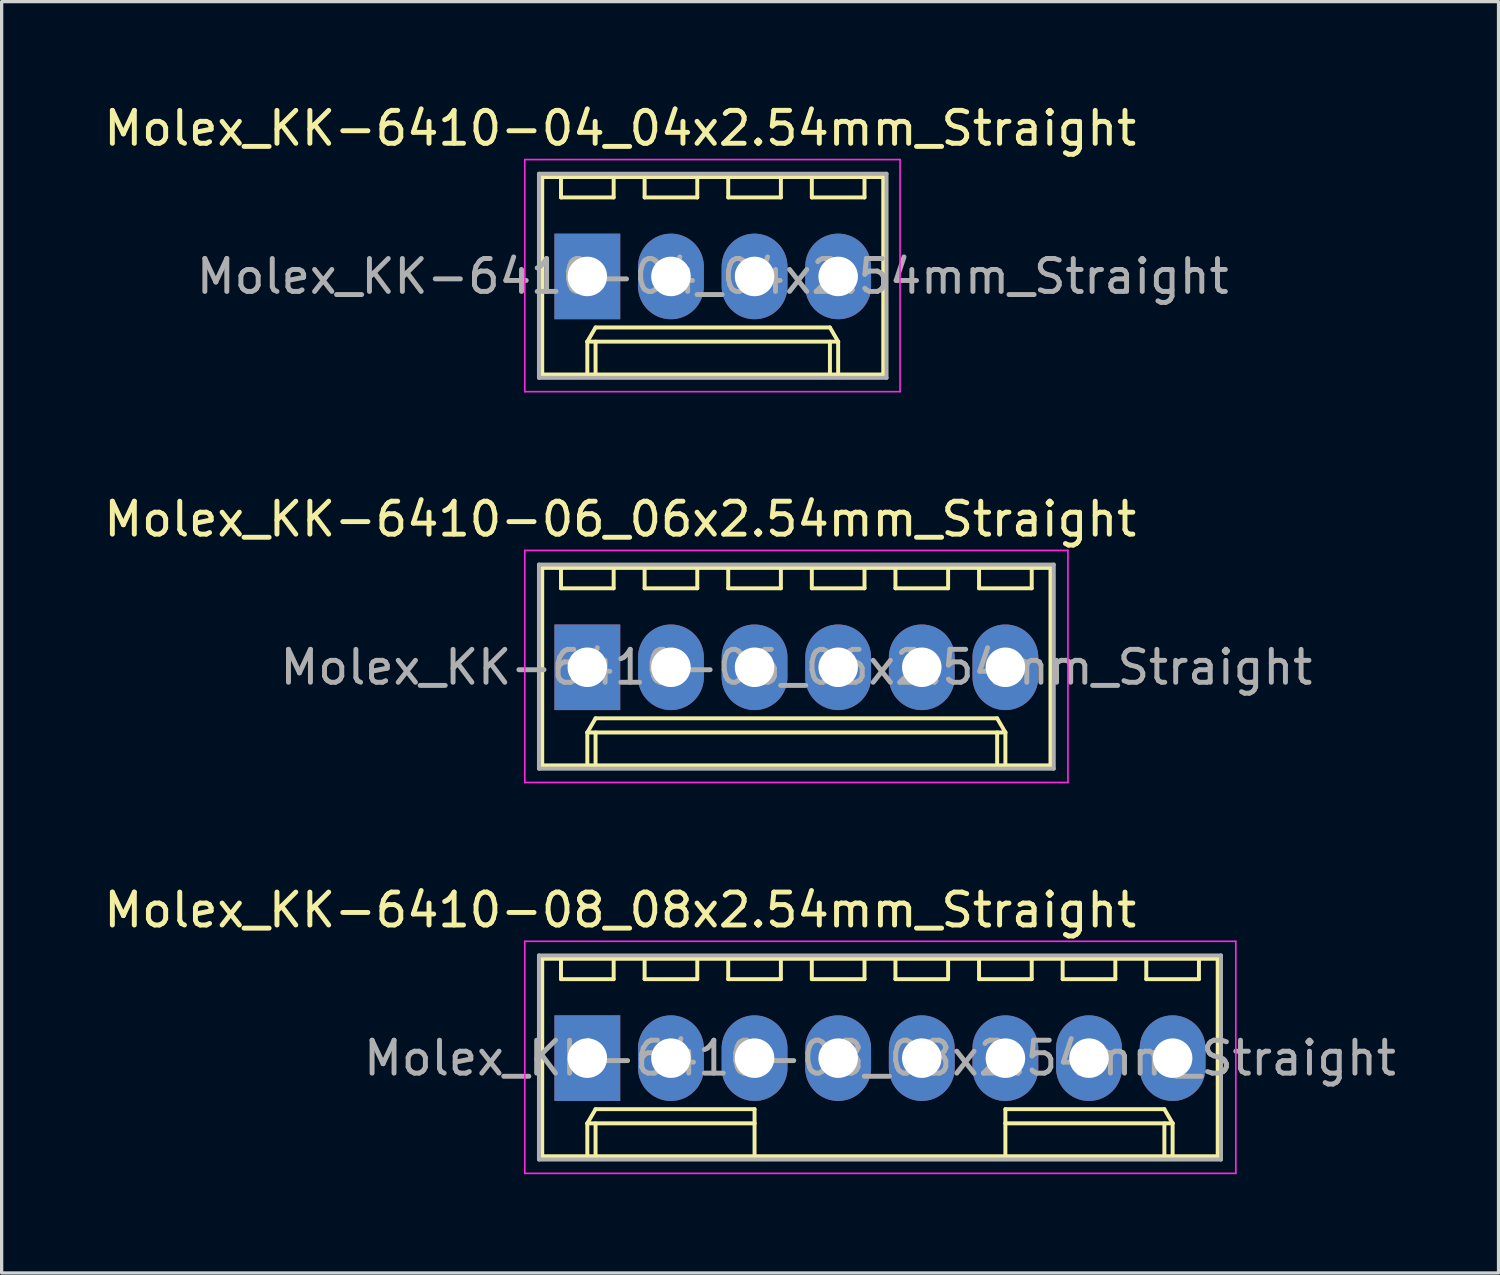
<source format=kicad_pcb>
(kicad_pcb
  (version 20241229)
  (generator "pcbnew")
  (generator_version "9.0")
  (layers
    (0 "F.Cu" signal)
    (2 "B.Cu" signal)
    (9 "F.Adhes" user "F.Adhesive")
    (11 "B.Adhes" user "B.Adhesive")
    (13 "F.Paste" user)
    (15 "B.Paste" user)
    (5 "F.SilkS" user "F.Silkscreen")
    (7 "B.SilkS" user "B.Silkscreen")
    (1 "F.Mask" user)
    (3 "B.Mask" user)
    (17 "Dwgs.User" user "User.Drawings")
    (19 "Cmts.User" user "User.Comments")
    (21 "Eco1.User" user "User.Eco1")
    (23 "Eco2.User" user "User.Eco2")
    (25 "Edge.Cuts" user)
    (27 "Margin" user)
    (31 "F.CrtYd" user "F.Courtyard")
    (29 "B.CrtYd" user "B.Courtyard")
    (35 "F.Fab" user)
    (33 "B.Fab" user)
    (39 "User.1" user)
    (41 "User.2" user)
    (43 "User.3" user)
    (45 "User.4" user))
  (footprint "Molex_KK-6410-06_06x2.54mm_Straight"
    (layer "F.Cu")
    (at 14.792 17.221)
    (property "Reference" "Molex_KK-6410-06_06x2.54mm_Straight" (at 1 -4.5 0) (layer "F.SilkS") (effects (font (size 1 1) (thickness 0.15))))
    (attr through_hole)
    (fp_line (start -1.37 -3.02) (end -1.37 2.98) (stroke (width 0.12) (type solid)) (layer "F.SilkS"))
    (fp_line (start -1.37 2.98) (end 14.07 2.98) (stroke (width 0.12) (type solid)) (layer "F.SilkS"))
    (fp_line (start -0.8 -3.02) (end -0.8 -2.4) (stroke (width 0.12) (type solid)) (layer "F.SilkS"))
    (fp_line (start -0.8 -2.4) (end 0.8 -2.4) (stroke (width 0.12) (type solid)) (layer "F.SilkS"))
    (fp_line (start 0 1.98) (end 0.25 1.55) (stroke (width 0.12) (type solid)) (layer "F.SilkS"))
    (fp_line (start 0 1.98) (end 12.7 1.98) (stroke (width 0.12) (type solid)) (layer "F.SilkS"))
    (fp_line (start 0 2.98) (end 0 1.98) (stroke (width 0.12) (type solid)) (layer "F.SilkS"))
    (fp_line (start 0.25 1.55) (end 12.45 1.55) (stroke (width 0.12) (type solid)) (layer "F.SilkS"))
    (fp_line (start 0.25 2.98) (end 0.25 1.98) (stroke (width 0.12) (type solid)) (layer "F.SilkS"))
    (fp_line (start 0.8 -2.4) (end 0.8 -3.02) (stroke (width 0.12) (type solid)) (layer "F.SilkS"))
    (fp_line (start 1.74 -3.02) (end 1.74 -2.4) (stroke (width 0.12) (type solid)) (layer "F.SilkS"))
    (fp_line (start 1.74 -2.4) (end 3.34 -2.4) (stroke (width 0.12) (type solid)) (layer "F.SilkS"))
    (fp_line (start 3.34 -2.4) (end 3.34 -3.02) (stroke (width 0.12) (type solid)) (layer "F.SilkS"))
    (fp_line (start 4.28 -3.02) (end 4.28 -2.4) (stroke (width 0.12) (type solid)) (layer "F.SilkS"))
    (fp_line (start 4.28 -2.4) (end 5.88 -2.4) (stroke (width 0.12) (type solid)) (layer "F.SilkS"))
    (fp_line (start 5.88 -2.4) (end 5.88 -3.02) (stroke (width 0.12) (type solid)) (layer "F.SilkS"))
    (fp_line (start 6.82 -3.02) (end 6.82 -2.4) (stroke (width 0.12) (type solid)) (layer "F.SilkS"))
    (fp_line (start 6.82 -2.4) (end 8.42 -2.4) (stroke (width 0.12) (type solid)) (layer "F.SilkS"))
    (fp_line (start 8.42 -2.4) (end 8.42 -3.02) (stroke (width 0.12) (type solid)) (layer "F.SilkS"))
    (fp_line (start 9.36 -3.02) (end 9.36 -2.4) (stroke (width 0.12) (type solid)) (layer "F.SilkS"))
    (fp_line (start 9.36 -2.4) (end 10.96 -2.4) (stroke (width 0.12) (type solid)) (layer "F.SilkS"))
    (fp_line (start 10.96 -2.4) (end 10.96 -3.02) (stroke (width 0.12) (type solid)) (layer "F.SilkS"))
    (fp_line (start 11.9 -3.02) (end 11.9 -2.4) (stroke (width 0.12) (type solid)) (layer "F.SilkS"))
    (fp_line (start 11.9 -2.4) (end 13.5 -2.4) (stroke (width 0.12) (type solid)) (layer "F.SilkS"))
    (fp_line (start 12.45 1.55) (end 12.7 1.98) (stroke (width 0.12) (type solid)) (layer "F.SilkS"))
    (fp_line (start 12.45 2.98) (end 12.45 1.98) (stroke (width 0.12) (type solid)) (layer "F.SilkS"))
    (fp_line (start 12.7 1.98) (end 12.7 2.98) (stroke (width 0.12) (type solid)) (layer "F.SilkS"))
    (fp_line (start 13.5 -2.4) (end 13.5 -3.02) (stroke (width 0.12) (type solid)) (layer "F.SilkS"))
    (fp_line (start 14.07 -3.02) (end -1.37 -3.02) (stroke (width 0.12) (type solid)) (layer "F.SilkS"))
    (fp_line (start 14.07 2.98) (end 14.07 -3.02) (stroke (width 0.12) (type solid)) (layer "F.SilkS"))
    (fp_line (start -1.9 -3.55) (end 14.6 -3.55) (stroke (width 0.05) (type solid)) (layer "F.CrtYd"))
    (fp_line (start -1.9 3.5) (end -1.9 -3.55) (stroke (width 0.05) (type solid)) (layer "F.CrtYd"))
    (fp_line (start 14.6 -3.55) (end 14.6 3.5) (stroke (width 0.05) (type solid)) (layer "F.CrtYd"))
    (fp_line (start 14.6 3.5) (end -1.9 3.5) (stroke (width 0.05) (type solid)) (layer "F.CrtYd"))
    (fp_line (start -1.47 -3.12) (end -1.47 3.08) (stroke (width 0.12) (type solid)) (layer "F.Fab"))
    (fp_line (start -1.47 3.08) (end 14.17 3.08) (stroke (width 0.12) (type solid)) (layer "F.Fab"))
    (fp_line (start 14.17 -3.12) (end -1.47 -3.12) (stroke (width 0.12) (type solid)) (layer "F.Fab"))
    (fp_line (start 14.17 3.08) (end 14.17 -3.12) (stroke (width 0.12) (type solid)) (layer "F.Fab"))
    (fp_text user "${REFERENCE}" (at 6.35 0 0) (layer "F.Fab") (effects (font (size 1 1) (thickness 0.15))))
    (pad "1" thru_hole rect (at 0 0) (size 2 2.6) (drill 1.2) (layers "*.Cu" "*.Mask"))
    (pad "2" thru_hole oval (at 2.54 0) (size 2 2.6) (drill 1.2) (layers "*.Cu" "*.Mask"))
    (pad "3" thru_hole oval (at 5.08 0) (size 2 2.6) (drill 1.2) (layers "*.Cu" "*.Mask"))
    (pad "4" thru_hole oval (at 7.62 0) (size 2 2.6) (drill 1.2) (layers "*.Cu" "*.Mask"))
    (pad "5" thru_hole oval (at 10.16 0) (size 2 2.6) (drill 1.2) (layers "*.Cu" "*.Mask"))
    (pad "6" thru_hole oval (at 12.7 0) (size 2 2.6) (drill 1.2) (layers "*.Cu" "*.Mask")))
  (footprint "Molex_KK-6410-04_04x2.54mm_Straight"
    (layer "F.Cu")
    (at 14.792 5.348)
    (property "Reference" "Molex_KK-6410-04_04x2.54mm_Straight" (at 1 -4.5 0) (layer "F.SilkS") (effects (font (size 1 1) (thickness 0.15))))
    (attr through_hole)
    (fp_line (start -1.37 -3.02) (end -1.37 2.98) (stroke (width 0.12) (type solid)) (layer "F.SilkS"))
    (fp_line (start -1.37 2.98) (end 8.99 2.98) (stroke (width 0.12) (type solid)) (layer "F.SilkS"))
    (fp_line (start -0.8 -3.02) (end -0.8 -2.4) (stroke (width 0.12) (type solid)) (layer "F.SilkS"))
    (fp_line (start -0.8 -2.4) (end 0.8 -2.4) (stroke (width 0.12) (type solid)) (layer "F.SilkS"))
    (fp_line (start 0 1.98) (end 0.25 1.55) (stroke (width 0.12) (type solid)) (layer "F.SilkS"))
    (fp_line (start 0 1.98) (end 7.62 1.98) (stroke (width 0.12) (type solid)) (layer "F.SilkS"))
    (fp_line (start 0 2.98) (end 0 1.98) (stroke (width 0.12) (type solid)) (layer "F.SilkS"))
    (fp_line (start 0.25 1.55) (end 7.37 1.55) (stroke (width 0.12) (type solid)) (layer "F.SilkS"))
    (fp_line (start 0.25 2.98) (end 0.25 1.98) (stroke (width 0.12) (type solid)) (layer "F.SilkS"))
    (fp_line (start 0.8 -2.4) (end 0.8 -3.02) (stroke (width 0.12) (type solid)) (layer "F.SilkS"))
    (fp_line (start 1.74 -3.02) (end 1.74 -2.4) (stroke (width 0.12) (type solid)) (layer "F.SilkS"))
    (fp_line (start 1.74 -2.4) (end 3.34 -2.4) (stroke (width 0.12) (type solid)) (layer "F.SilkS"))
    (fp_line (start 3.34 -2.4) (end 3.34 -3.02) (stroke (width 0.12) (type solid)) (layer "F.SilkS"))
    (fp_line (start 4.28 -3.02) (end 4.28 -2.4) (stroke (width 0.12) (type solid)) (layer "F.SilkS"))
    (fp_line (start 4.28 -2.4) (end 5.88 -2.4) (stroke (width 0.12) (type solid)) (layer "F.SilkS"))
    (fp_line (start 5.88 -2.4) (end 5.88 -3.02) (stroke (width 0.12) (type solid)) (layer "F.SilkS"))
    (fp_line (start 6.82 -3.02) (end 6.82 -2.4) (stroke (width 0.12) (type solid)) (layer "F.SilkS"))
    (fp_line (start 6.82 -2.4) (end 8.42 -2.4) (stroke (width 0.12) (type solid)) (layer "F.SilkS"))
    (fp_line (start 7.37 1.55) (end 7.62 1.98) (stroke (width 0.12) (type solid)) (layer "F.SilkS"))
    (fp_line (start 7.37 2.98) (end 7.37 1.98) (stroke (width 0.12) (type solid)) (layer "F.SilkS"))
    (fp_line (start 7.62 1.98) (end 7.62 2.98) (stroke (width 0.12) (type solid)) (layer "F.SilkS"))
    (fp_line (start 8.42 -2.4) (end 8.42 -3.02) (stroke (width 0.12) (type solid)) (layer "F.SilkS"))
    (fp_line (start 8.99 -3.02) (end -1.37 -3.02) (stroke (width 0.12) (type solid)) (layer "F.SilkS"))
    (fp_line (start 8.99 2.98) (end 8.99 -3.02) (stroke (width 0.12) (type solid)) (layer "F.SilkS"))
    (fp_line (start -1.9 -3.55) (end 9.5 -3.55) (stroke (width 0.05) (type solid)) (layer "F.CrtYd"))
    (fp_line (start -1.9 3.5) (end -1.9 -3.55) (stroke (width 0.05) (type solid)) (layer "F.CrtYd"))
    (fp_line (start 9.5 -3.55) (end 9.5 3.5) (stroke (width 0.05) (type solid)) (layer "F.CrtYd"))
    (fp_line (start 9.5 3.5) (end -1.9 3.5) (stroke (width 0.05) (type solid)) (layer "F.CrtYd"))
    (fp_line (start -1.47 -3.12) (end -1.47 3.08) (stroke (width 0.12) (type solid)) (layer "F.Fab"))
    (fp_line (start -1.47 3.08) (end 9.09 3.08) (stroke (width 0.12) (type solid)) (layer "F.Fab"))
    (fp_line (start 9.09 -3.12) (end -1.47 -3.12) (stroke (width 0.12) (type solid)) (layer "F.Fab"))
    (fp_line (start 9.09 3.08) (end 9.09 -3.12) (stroke (width 0.12) (type solid)) (layer "F.Fab"))
    (fp_text user "${REFERENCE}" (at 3.81 0 0) (layer "F.Fab") (effects (font (size 1 1) (thickness 0.15))))
    (pad "1" thru_hole rect (at 0 0) (size 2 2.6) (drill 1.2) (layers "*.Cu" "*.Mask"))
    (pad "2" thru_hole oval (at 2.54 0) (size 2 2.6) (drill 1.2) (layers "*.Cu" "*.Mask"))
    (pad "3" thru_hole oval (at 5.08 0) (size 2 2.6) (drill 1.2) (layers "*.Cu" "*.Mask"))
    (pad "4" thru_hole oval (at 7.62 0) (size 2 2.6) (drill 1.2) (layers "*.Cu" "*.Mask")))
  (footprint "Molex_KK-6410-08_08x2.54mm_Straight"
    (layer "F.Cu")
    (at 14.792 29.095)
    (property "Reference" "Molex_KK-6410-08_08x2.54mm_Straight" (at 1 -4.5 0) (layer "F.SilkS") (effects (font (size 1 1) (thickness 0.15))))
    (attr through_hole)
    (fp_line (start -1.37 -3.02) (end -1.37 2.98) (stroke (width 0.12) (type solid)) (layer "F.SilkS"))
    (fp_line (start -1.37 2.98) (end 19.15 2.98) (stroke (width 0.12) (type solid)) (layer "F.SilkS"))
    (fp_line (start -0.8 -3.02) (end -0.8 -2.4) (stroke (width 0.12) (type solid)) (layer "F.SilkS"))
    (fp_line (start -0.8 -2.4) (end 0.8 -2.4) (stroke (width 0.12) (type solid)) (layer "F.SilkS"))
    (fp_line (start 0 1.98) (end 0.25 1.55) (stroke (width 0.12) (type solid)) (layer "F.SilkS"))
    (fp_line (start 0 1.98) (end 5.08 1.98) (stroke (width 0.12) (type solid)) (layer "F.SilkS"))
    (fp_line (start 0 2.98) (end 0 1.98) (stroke (width 0.12) (type solid)) (layer "F.SilkS"))
    (fp_line (start 0.25 1.55) (end 5.08 1.55) (stroke (width 0.12) (type solid)) (layer "F.SilkS"))
    (fp_line (start 0.25 2.98) (end 0.25 1.98) (stroke (width 0.12) (type solid)) (layer "F.SilkS"))
    (fp_line (start 0.8 -2.4) (end 0.8 -3.02) (stroke (width 0.12) (type solid)) (layer "F.SilkS"))
    (fp_line (start 1.74 -3.02) (end 1.74 -2.4) (stroke (width 0.12) (type solid)) (layer "F.SilkS"))
    (fp_line (start 1.74 -2.4) (end 3.34 -2.4) (stroke (width 0.12) (type solid)) (layer "F.SilkS"))
    (fp_line (start 3.34 -2.4) (end 3.34 -3.02) (stroke (width 0.12) (type solid)) (layer "F.SilkS"))
    (fp_line (start 4.28 -3.02) (end 4.28 -2.4) (stroke (width 0.12) (type solid)) (layer "F.SilkS"))
    (fp_line (start 4.28 -2.4) (end 5.88 -2.4) (stroke (width 0.12) (type solid)) (layer "F.SilkS"))
    (fp_line (start 5.08 1.55) (end 5.08 1.98) (stroke (width 0.12) (type solid)) (layer "F.SilkS"))
    (fp_line (start 5.08 1.98) (end 5.08 2.98) (stroke (width 0.12) (type solid)) (layer "F.SilkS"))
    (fp_line (start 5.88 -2.4) (end 5.88 -3.02) (stroke (width 0.12) (type solid)) (layer "F.SilkS"))
    (fp_line (start 6.82 -3.02) (end 6.82 -2.4) (stroke (width 0.12) (type solid)) (layer "F.SilkS"))
    (fp_line (start 6.82 -2.4) (end 8.42 -2.4) (stroke (width 0.12) (type solid)) (layer "F.SilkS"))
    (fp_line (start 8.42 -2.4) (end 8.42 -3.02) (stroke (width 0.12) (type solid)) (layer "F.SilkS"))
    (fp_line (start 9.36 -3.02) (end 9.36 -2.4) (stroke (width 0.12) (type solid)) (layer "F.SilkS"))
    (fp_line (start 9.36 -2.4) (end 10.96 -2.4) (stroke (width 0.12) (type solid)) (layer "F.SilkS"))
    (fp_line (start 10.96 -2.4) (end 10.96 -3.02) (stroke (width 0.12) (type solid)) (layer "F.SilkS"))
    (fp_line (start 11.9 -3.02) (end 11.9 -2.4) (stroke (width 0.12) (type solid)) (layer "F.SilkS"))
    (fp_line (start 11.9 -2.4) (end 13.5 -2.4) (stroke (width 0.12) (type solid)) (layer "F.SilkS"))
    (fp_line (start 12.7 1.55) (end 12.7 1.98) (stroke (width 0.12) (type solid)) (layer "F.SilkS"))
    (fp_line (start 12.7 1.98) (end 12.7 2.98) (stroke (width 0.12) (type solid)) (layer "F.SilkS"))
    (fp_line (start 13.5 -2.4) (end 13.5 -3.02) (stroke (width 0.12) (type solid)) (layer "F.SilkS"))
    (fp_line (start 14.44 -3.02) (end 14.44 -2.4) (stroke (width 0.12) (type solid)) (layer "F.SilkS"))
    (fp_line (start 14.44 -2.4) (end 16.04 -2.4) (stroke (width 0.12) (type solid)) (layer "F.SilkS"))
    (fp_line (start 16.04 -2.4) (end 16.04 -3.02) (stroke (width 0.12) (type solid)) (layer "F.SilkS"))
    (fp_line (start 16.98 -3.02) (end 16.98 -2.4) (stroke (width 0.12) (type solid)) (layer "F.SilkS"))
    (fp_line (start 16.98 -2.4) (end 18.58 -2.4) (stroke (width 0.12) (type solid)) (layer "F.SilkS"))
    (fp_line (start 17.53 1.55) (end 12.7 1.55) (stroke (width 0.12) (type solid)) (layer "F.SilkS"))
    (fp_line (start 17.53 2.98) (end 17.53 1.98) (stroke (width 0.12) (type solid)) (layer "F.SilkS"))
    (fp_line (start 17.78 1.98) (end 12.7 1.98) (stroke (width 0.12) (type solid)) (layer "F.SilkS"))
    (fp_line (start 17.78 1.98) (end 17.53 1.55) (stroke (width 0.12) (type solid)) (layer "F.SilkS"))
    (fp_line (start 17.78 2.98) (end 17.78 1.98) (stroke (width 0.12) (type solid)) (layer "F.SilkS"))
    (fp_line (start 18.58 -2.4) (end 18.58 -3.02) (stroke (width 0.12) (type solid)) (layer "F.SilkS"))
    (fp_line (start 19.15 -3.02) (end -1.37 -3.02) (stroke (width 0.12) (type solid)) (layer "F.SilkS"))
    (fp_line (start 19.15 2.98) (end 19.15 -3.02) (stroke (width 0.12) (type solid)) (layer "F.SilkS"))
    (fp_line (start -1.9 -3.55) (end 19.7 -3.55) (stroke (width 0.05) (type solid)) (layer "F.CrtYd"))
    (fp_line (start -1.9 3.5) (end -1.9 -3.55) (stroke (width 0.05) (type solid)) (layer "F.CrtYd"))
    (fp_line (start 19.7 -3.55) (end 19.7 3.5) (stroke (width 0.05) (type solid)) (layer "F.CrtYd"))
    (fp_line (start 19.7 3.5) (end -1.9 3.5) (stroke (width 0.05) (type solid)) (layer "F.CrtYd"))
    (fp_line (start -1.47 -3.12) (end -1.47 3.08) (stroke (width 0.12) (type solid)) (layer "F.Fab"))
    (fp_line (start -1.47 3.08) (end 19.25 3.08) (stroke (width 0.12) (type solid)) (layer "F.Fab"))
    (fp_line (start 19.25 -3.12) (end -1.47 -3.12) (stroke (width 0.12) (type solid)) (layer "F.Fab"))
    (fp_line (start 19.25 3.08) (end 19.25 -3.12) (stroke (width 0.12) (type solid)) (layer "F.Fab"))
    (fp_text user "${REFERENCE}" (at 8.89 0 0) (layer "F.Fab") (effects (font (size 1 1) (thickness 0.15))))
    (pad "1" thru_hole rect (at 0 0) (size 2 2.6) (drill 1.2) (layers "*.Cu" "*.Mask"))
    (pad "2" thru_hole oval (at 2.54 0) (size 2 2.6) (drill 1.2) (layers "*.Cu" "*.Mask"))
    (pad "3" thru_hole oval (at 5.08 0) (size 2 2.6) (drill 1.2) (layers "*.Cu" "*.Mask"))
    (pad "4" thru_hole oval (at 7.62 0) (size 2 2.6) (drill 1.2) (layers "*.Cu" "*.Mask"))
    (pad "5" thru_hole oval (at 10.16 0) (size 2 2.6) (drill 1.2) (layers "*.Cu" "*.Mask"))
    (pad "6" thru_hole oval (at 12.7 0) (size 2 2.6) (drill 1.2) (layers "*.Cu" "*.Mask"))
    (pad "7" thru_hole oval (at 15.24 0) (size 2 2.6) (drill 1.2) (layers "*.Cu" "*.Mask"))
    (pad "8" thru_hole oval (at 17.78 0) (size 2 2.6) (drill 1.2) (layers "*.Cu" "*.Mask")))
  (gr_rect
    (start -3 -3)
    (end 42.473 35.62)
    (stroke (width 0.1) (type default))
    (fill no)
    (layer "Edge.Cuts")))
</source>
